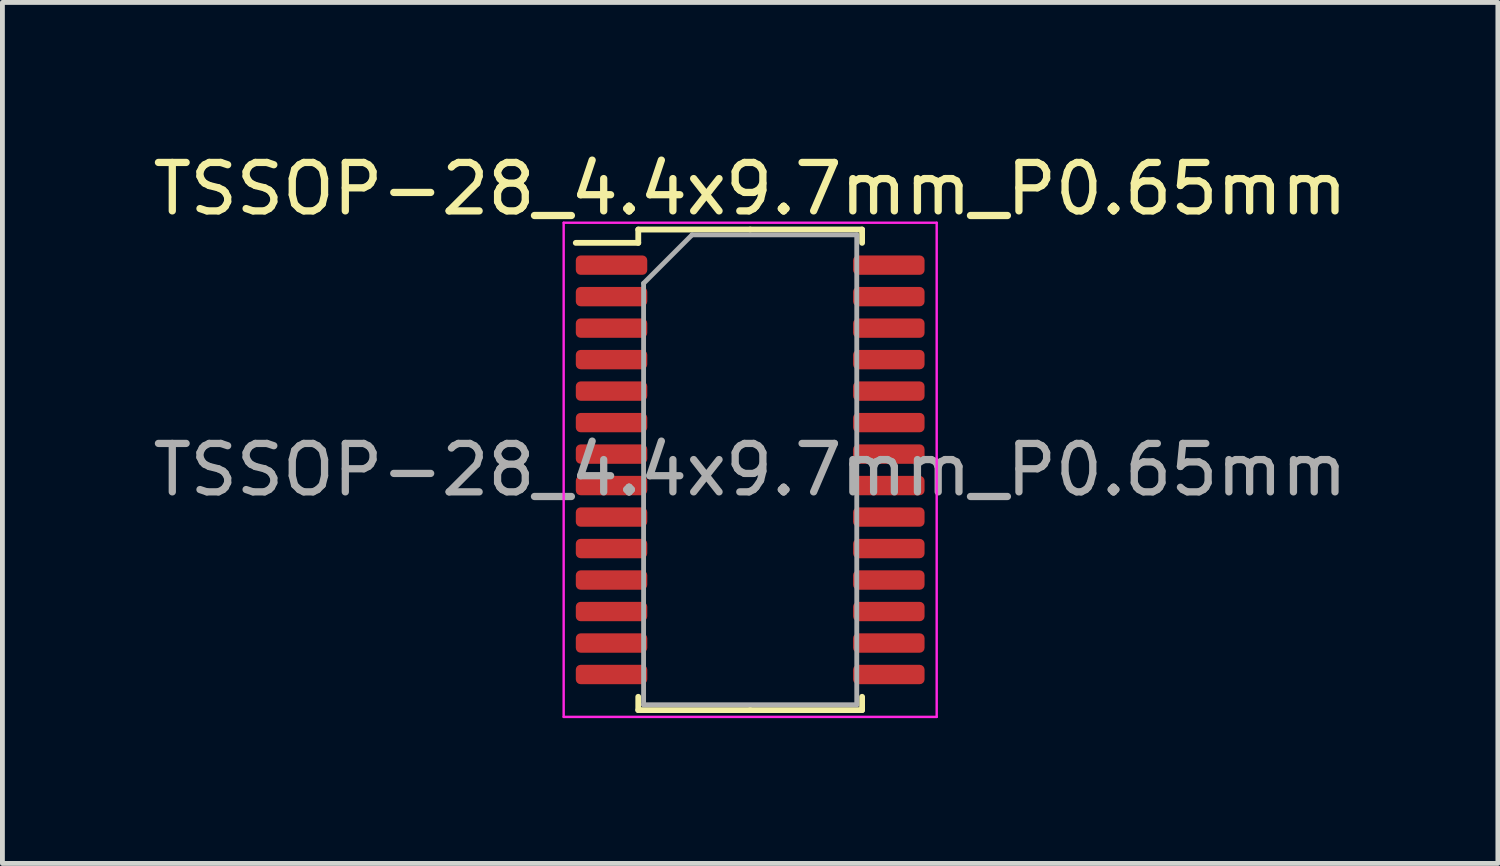
<source format=kicad_pcb>
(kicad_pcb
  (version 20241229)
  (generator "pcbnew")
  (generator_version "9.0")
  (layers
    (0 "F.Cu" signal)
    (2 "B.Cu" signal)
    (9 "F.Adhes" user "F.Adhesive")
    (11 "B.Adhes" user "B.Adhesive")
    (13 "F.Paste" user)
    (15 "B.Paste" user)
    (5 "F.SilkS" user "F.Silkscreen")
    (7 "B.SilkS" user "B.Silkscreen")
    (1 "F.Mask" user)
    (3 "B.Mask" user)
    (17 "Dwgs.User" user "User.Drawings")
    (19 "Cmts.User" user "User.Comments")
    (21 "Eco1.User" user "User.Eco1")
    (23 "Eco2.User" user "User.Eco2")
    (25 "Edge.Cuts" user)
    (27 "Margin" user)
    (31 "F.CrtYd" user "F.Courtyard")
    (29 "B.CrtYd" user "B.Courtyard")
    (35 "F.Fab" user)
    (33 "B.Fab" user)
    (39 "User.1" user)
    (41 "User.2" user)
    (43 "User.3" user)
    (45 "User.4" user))
  (footprint "TSSOP-28_4.4x9.7mm_P0.65mm"
    (layer "F.Cu")
    (at 12.435 6.648)
    (property "Reference" "TSSOP-28_4.4x9.7mm_P0.65mm" (at 0 -5.8 0) (layer "F.SilkS") (effects (font (size 1 1) (thickness 0.15))))
    (attr smd)
    (fp_line (start -2.31 -4.96) (end -2.31 -4.685) (stroke (width 0.12) (type solid)) (layer "F.SilkS"))
    (fp_line (start -2.31 -4.685) (end -3.6 -4.685) (stroke (width 0.12) (type solid)) (layer "F.SilkS"))
    (fp_line (start -2.31 4.96) (end -2.31 4.685) (stroke (width 0.12) (type solid)) (layer "F.SilkS"))
    (fp_line (start 0 -4.96) (end -2.31 -4.96) (stroke (width 0.12) (type solid)) (layer "F.SilkS"))
    (fp_line (start 0 -4.96) (end 2.31 -4.96) (stroke (width 0.12) (type solid)) (layer "F.SilkS"))
    (fp_line (start 0 4.96) (end -2.31 4.96) (stroke (width 0.12) (type solid)) (layer "F.SilkS"))
    (fp_line (start 0 4.96) (end 2.31 4.96) (stroke (width 0.12) (type solid)) (layer "F.SilkS"))
    (fp_line (start 2.31 -4.96) (end 2.31 -4.685) (stroke (width 0.12) (type solid)) (layer "F.SilkS"))
    (fp_line (start 2.31 4.96) (end 2.31 4.685) (stroke (width 0.12) (type solid)) (layer "F.SilkS"))
    (fp_line (start -3.85 -5.1) (end -3.85 5.1) (stroke (width 0.05) (type solid)) (layer "F.CrtYd"))
    (fp_line (start -3.85 5.1) (end 3.85 5.1) (stroke (width 0.05) (type solid)) (layer "F.CrtYd"))
    (fp_line (start 3.85 -5.1) (end -3.85 -5.1) (stroke (width 0.05) (type solid)) (layer "F.CrtYd"))
    (fp_line (start 3.85 5.1) (end 3.85 -5.1) (stroke (width 0.05) (type solid)) (layer "F.CrtYd"))
    (fp_line (start -2.2 -3.85) (end -1.2 -4.85) (stroke (width 0.1) (type solid)) (layer "F.Fab"))
    (fp_line (start -2.2 4.85) (end -2.2 -3.85) (stroke (width 0.1) (type solid)) (layer "F.Fab"))
    (fp_line (start -1.2 -4.85) (end 2.2 -4.85) (stroke (width 0.1) (type solid)) (layer "F.Fab"))
    (fp_line (start 2.2 -4.85) (end 2.2 4.85) (stroke (width 0.1) (type solid)) (layer "F.Fab"))
    (fp_line (start 2.2 4.85) (end -2.2 4.85) (stroke (width 0.1) (type solid)) (layer "F.Fab"))
    (fp_text user "${REFERENCE}" (at 0 0 0) (layer "F.Fab") (effects (font (size 1 1) (thickness 0.15))))
    (pad "1" smd roundrect (at -2.862 -4.225) (size 1.475 0.4) (layers "F.Cu" "F.Mask" "F.Paste") (roundrect_rratio 0.25))
    (pad "2" smd roundrect (at -2.862 -3.575) (size 1.475 0.4) (layers "F.Cu" "F.Mask" "F.Paste") (roundrect_rratio 0.25))
    (pad "3" smd roundrect (at -2.862 -2.925) (size 1.475 0.4) (layers "F.Cu" "F.Mask" "F.Paste") (roundrect_rratio 0.25))
    (pad "4" smd roundrect (at -2.862 -2.275) (size 1.475 0.4) (layers "F.Cu" "F.Mask" "F.Paste") (roundrect_rratio 0.25))
    (pad "5" smd roundrect (at -2.862 -1.625) (size 1.475 0.4) (layers "F.Cu" "F.Mask" "F.Paste") (roundrect_rratio 0.25))
    (pad "6" smd roundrect (at -2.862 -0.975) (size 1.475 0.4) (layers "F.Cu" "F.Mask" "F.Paste") (roundrect_rratio 0.25))
    (pad "7" smd roundrect (at -2.862 -0.325) (size 1.475 0.4) (layers "F.Cu" "F.Mask" "F.Paste") (roundrect_rratio 0.25))
    (pad "8" smd roundrect (at -2.862 0.325) (size 1.475 0.4) (layers "F.Cu" "F.Mask" "F.Paste") (roundrect_rratio 0.25))
    (pad "9" smd roundrect (at -2.862 0.975) (size 1.475 0.4) (layers "F.Cu" "F.Mask" "F.Paste") (roundrect_rratio 0.25))
    (pad "10" smd roundrect (at -2.862 1.625) (size 1.475 0.4) (layers "F.Cu" "F.Mask" "F.Paste") (roundrect_rratio 0.25))
    (pad "11" smd roundrect (at -2.862 2.275) (size 1.475 0.4) (layers "F.Cu" "F.Mask" "F.Paste") (roundrect_rratio 0.25))
    (pad "12" smd roundrect (at -2.862 2.925) (size 1.475 0.4) (layers "F.Cu" "F.Mask" "F.Paste") (roundrect_rratio 0.25))
    (pad "13" smd roundrect (at -2.862 3.575) (size 1.475 0.4) (layers "F.Cu" "F.Mask" "F.Paste") (roundrect_rratio 0.25))
    (pad "14" smd roundrect (at -2.862 4.225) (size 1.475 0.4) (layers "F.Cu" "F.Mask" "F.Paste") (roundrect_rratio 0.25))
    (pad "15" smd roundrect (at 2.862 4.225) (size 1.475 0.4) (layers "F.Cu" "F.Mask" "F.Paste") (roundrect_rratio 0.25))
    (pad "16" smd roundrect (at 2.862 3.575) (size 1.475 0.4) (layers "F.Cu" "F.Mask" "F.Paste") (roundrect_rratio 0.25))
    (pad "17" smd roundrect (at 2.862 2.925) (size 1.475 0.4) (layers "F.Cu" "F.Mask" "F.Paste") (roundrect_rratio 0.25))
    (pad "18" smd roundrect (at 2.862 2.275) (size 1.475 0.4) (layers "F.Cu" "F.Mask" "F.Paste") (roundrect_rratio 0.25))
    (pad "19" smd roundrect (at 2.862 1.625) (size 1.475 0.4) (layers "F.Cu" "F.Mask" "F.Paste") (roundrect_rratio 0.25))
    (pad "20" smd roundrect (at 2.862 0.975) (size 1.475 0.4) (layers "F.Cu" "F.Mask" "F.Paste") (roundrect_rratio 0.25))
    (pad "21" smd roundrect (at 2.862 0.325) (size 1.475 0.4) (layers "F.Cu" "F.Mask" "F.Paste") (roundrect_rratio 0.25))
    (pad "22" smd roundrect (at 2.862 -0.325) (size 1.475 0.4) (layers "F.Cu" "F.Mask" "F.Paste") (roundrect_rratio 0.25))
    (pad "23" smd roundrect (at 2.862 -0.975) (size 1.475 0.4) (layers "F.Cu" "F.Mask" "F.Paste") (roundrect_rratio 0.25))
    (pad "24" smd roundrect (at 2.862 -1.625) (size 1.475 0.4) (layers "F.Cu" "F.Mask" "F.Paste") (roundrect_rratio 0.25))
    (pad "25" smd roundrect (at 2.862 -2.275) (size 1.475 0.4) (layers "F.Cu" "F.Mask" "F.Paste") (roundrect_rratio 0.25))
    (pad "26" smd roundrect (at 2.862 -2.925) (size 1.475 0.4) (layers "F.Cu" "F.Mask" "F.Paste") (roundrect_rratio 0.25))
    (pad "27" smd roundrect (at 2.862 -3.575) (size 1.475 0.4) (layers "F.Cu" "F.Mask" "F.Paste") (roundrect_rratio 0.25))
    (pad "28" smd roundrect (at 2.862 -4.225) (size 1.475 0.4) (layers "F.Cu" "F.Mask" "F.Paste") (roundrect_rratio 0.25)))
  (gr_rect
    (start -3 -3)
    (end 27.869 14.773)
    (stroke (width 0.1) (type default))
    (fill no)
    (layer "Edge.Cuts")))
</source>
